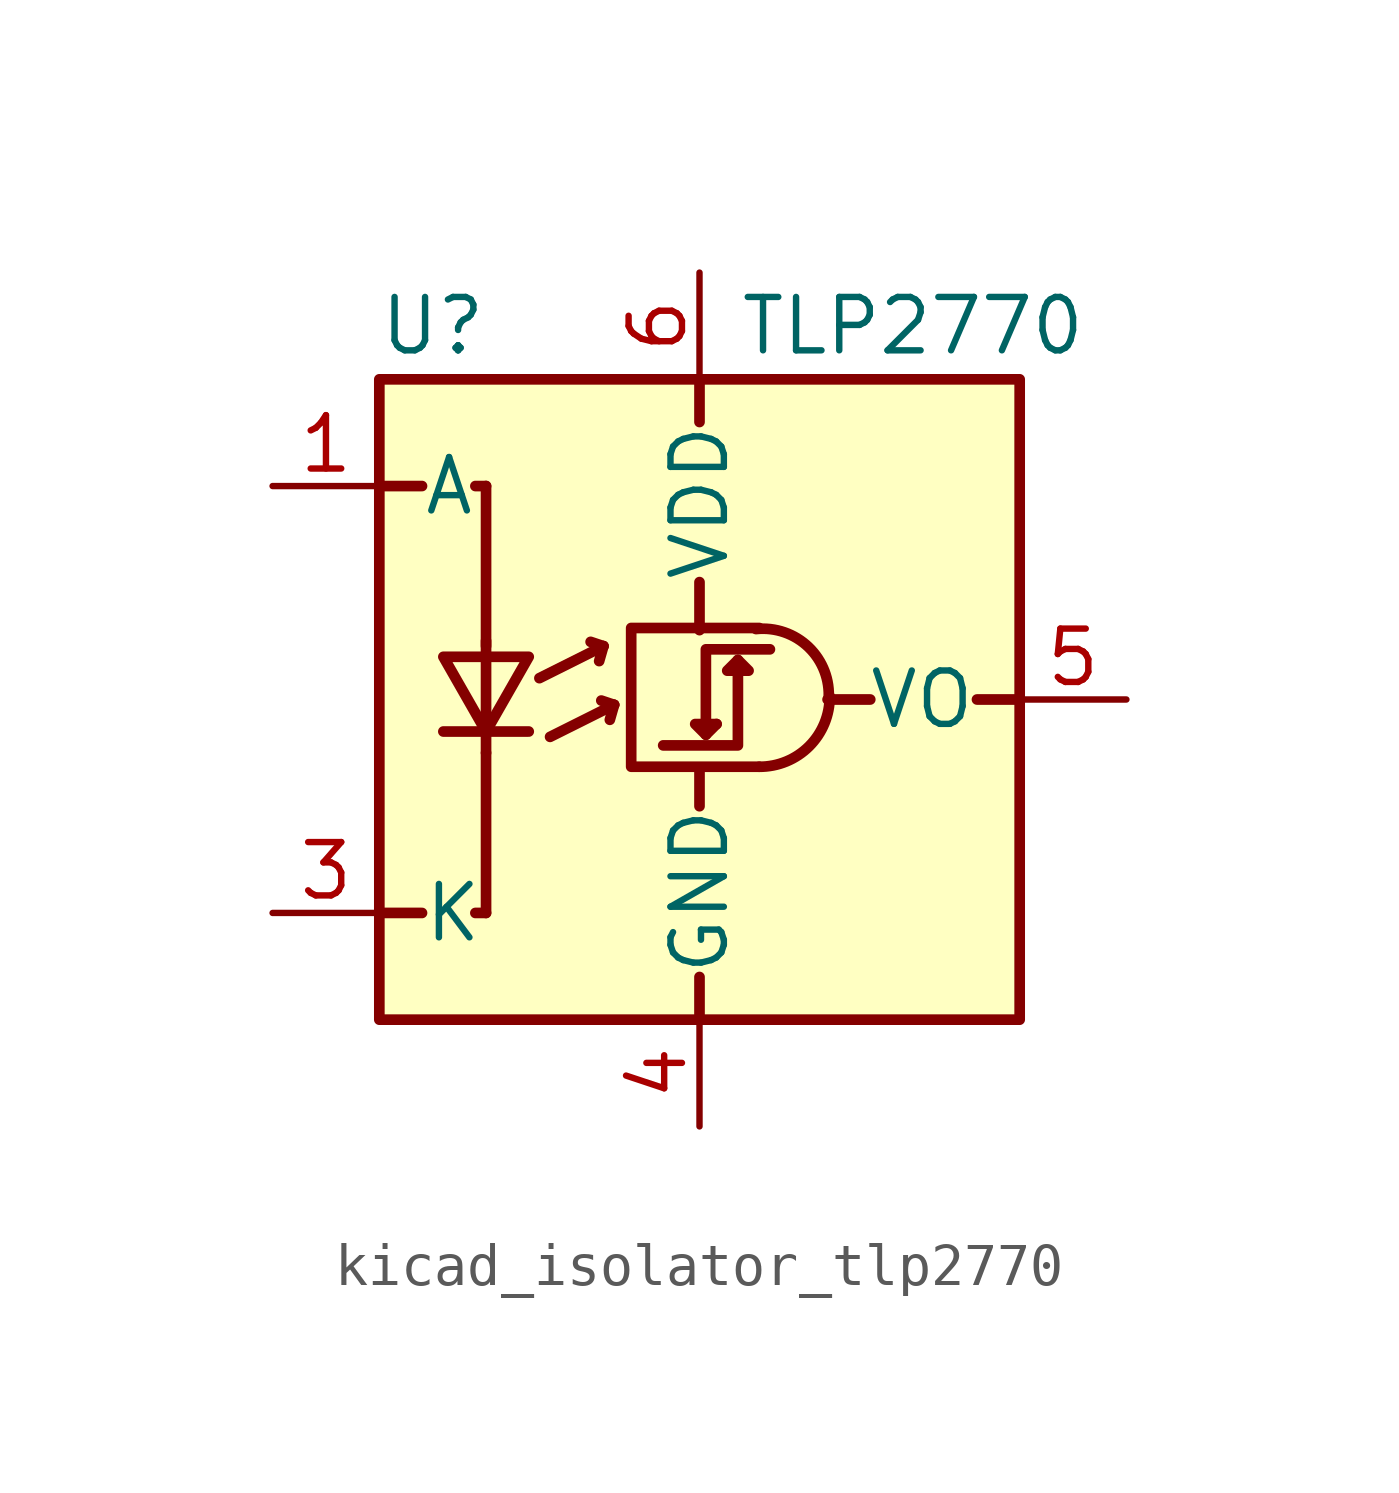
<source format=kicad_sym>
(kicad_symbol_lib
  (version 20220914)
  (generator kicad_symbol_editor)
  (symbol "kicad_isolator_tlp2770"
    (pin_names
      (offset 1.016))
    (property "Reference" "U"
      (at -6.35 8.89 0)
      (effects (font (size 1.27 1.27))))
    (property "Value" "TLP2770"
      (at 5.08 8.89 0)
      (effects (font (size 1.27 1.27))))
    (symbol "kicad_isolator_tlp2770_0_1"
      (polyline (pts (xy -7.62 -5.08) (xy -6.604 -5.08)) (stroke (width 0.254) (type default)) (fill (type none)))
      (polyline (pts (xy -7.62 5.08) (xy -6.604 5.08)) (stroke (width 0.254) (type default)) (fill (type none)))
      (polyline (pts (xy -5.08 -5.08) (xy -5.334 -5.08)) (stroke (width 0.254) (type default)) (fill (type none)))
      (polyline (pts (xy -5.08 -1.27) (xy -5.08 -5.08)) (stroke (width 0.254) (type default)) (fill (type none)))
      (polyline (pts (xy -5.08 1.27) (xy -5.08 5.08)) (stroke (width 0.254) (type default)) (fill (type none)))
      (polyline (pts (xy -5.08 5.08) (xy -5.334 5.08)) (stroke (width 0.254) (type default)) (fill (type none)))
      (polyline (pts (xy 0 -7.62) (xy 0 -6.604)) (stroke (width 0.254) (type default)) (fill (type none)))
      (polyline (pts (xy 0 -1.651) (xy 0 -2.54)) (stroke (width 0.254) (type default)) (fill (type none)))
      (polyline (pts (xy 0 1.651) (xy 0 2.794)) (stroke (width 0.254) (type default)) (fill (type none)))
      (polyline (pts (xy 0 7.62) (xy 0 6.604)) (stroke (width 0.254) (type default)) (fill (type none)))
      (polyline (pts (xy 3.048 0) (xy 4.064 0)) (stroke (width 0.254) (type default)) (fill (type none)))
      (polyline (pts (xy 7.62 0) (xy 6.604 0)) (stroke (width 0.254) (type default)) (fill (type none))))
    (symbol "kicad_isolator_tlp2770_1_1"
      (rectangle (start -7.62 7.62) (end 7.62 -7.62) (stroke (width 0.254) (type default)) (fill (type background)))
      (polyline (pts (xy -6.096 -0.762) (xy -4.064 -0.762)) (stroke (width 0.254) (type default)) (fill (type none)))
      (polyline (pts (xy -5.08 -0.762) (xy -5.08 -1.27)) (stroke (width 0.254) (type default)) (fill (type none)))
      (polyline (pts (xy -5.08 1.016) (xy -5.08 -0.762)) (stroke (width 0.254) (type default)) (fill (type none)))
      (polyline (pts (xy -5.08 1.016) (xy -5.08 1.397)) (stroke (width 0.254) (type default)) (fill (type none)))
      (polyline (pts (xy -3.81 0.508) (xy -2.286 1.27)) (stroke (width 0.254) (type default)) (fill (type none)))
      (polyline (pts (xy -3.556 -0.889) (xy -2.032 -0.127)) (stroke (width 0.254) (type default)) (fill (type none)))
      (polyline (pts (xy -2.286 1.27) (xy -2.591 1.372)) (stroke (width 0.254) (type default)) (fill (type none)))
      (polyline (pts (xy -2.286 1.27) (xy -2.388 0.914)) (stroke (width 0.254) (type default)) (fill (type none)))
      (polyline (pts (xy -2.032 -0.127) (xy -2.337 -0.025)) (stroke (width 0.254) (type default)) (fill (type none)))
      (polyline (pts (xy -2.032 -0.127) (xy -2.134 -0.483)) (stroke (width 0.254) (type default)) (fill (type none)))
      (polyline (pts (xy 0.152 -0.838) (xy -0.102 -0.584) (xy 0.406 -0.584)) (stroke (width 0.254) (type default)) (fill (type none)))
      (polyline (pts (xy 0.914 0.94) (xy 0.914 -1.092) (xy -0.864 -1.092)) (stroke (width 0.254) (type default)) (fill (type none)))
      (polyline (pts (xy -6.096 1.016) (xy -4.064 1.016) (xy -5.08 -0.762) (xy -6.096 1.016)) (stroke (width 0.254) (type default)) (fill (type none)))
      (polyline (pts (xy 0.914 0.94) (xy 0.66 0.686) (xy 1.168 0.686) (xy 0.914 0.94)) (stroke (width 0.254) (type default)) (fill (type none)))
      (polyline (pts (xy 1.422 1.702) (xy -1.626 1.702) (xy -1.626 -1.6) (xy 1.422 -1.6)) (stroke (width 0.254) (type default)) (fill (type none)))
      (polyline (pts (xy 1.676 1.194) (xy 0.152 1.194) (xy 0.152 -0.838) (xy 0.406 -0.584)) (stroke (width 0.254) (type default)) (fill (type none)))
      (arc (start 1.4224 -1.6002) (mid 2.6101 -1.1115) (end 3.0988 0.0762) (stroke (width 0.254) (type default)) (fill (type none)))
      (arc (start 3.0734 0) (mid 2.6011 1.2413) (end 1.3462 1.6764) (stroke (width 0.254) (type default)) (fill (type none)))
      (pin passive line (at -10.16 5.08 0) (length 2.54) (name "A" (effects (font (size 1.27 1.27)))) (number "1" (effects (font (size 1.27 1.27)))))
      (pin no_connect line (at -7.62 0 0) (length 2.54) hide (name "NC" (effects (font (size 1.27 1.27)))) (number "2" (effects (font (size 1.27 1.27)))))
      (pin passive line (at -10.16 -5.08 0) (length 2.54) (name "K" (effects (font (size 1.27 1.27)))) (number "3" (effects (font (size 1.27 1.27)))))
      (pin power_in line (at 0 -10.16 90) (length 2.54) (name "GND" (effects (font (size 1.27 1.27)))) (number "4" (effects (font (size 1.27 1.27)))))
      (pin output line (at 10.16 0 180) (length 2.54) (name "VO" (effects (font (size 1.27 1.27)))) (number "5" (effects (font (size 1.27 1.27)))))
      (pin power_in line (at 0 10.16 270) (length 2.54) (name "VDD" (effects (font (size 1.27 1.27)))) (number "6" (effects (font (size 1.27 1.27))))))))
</source>
